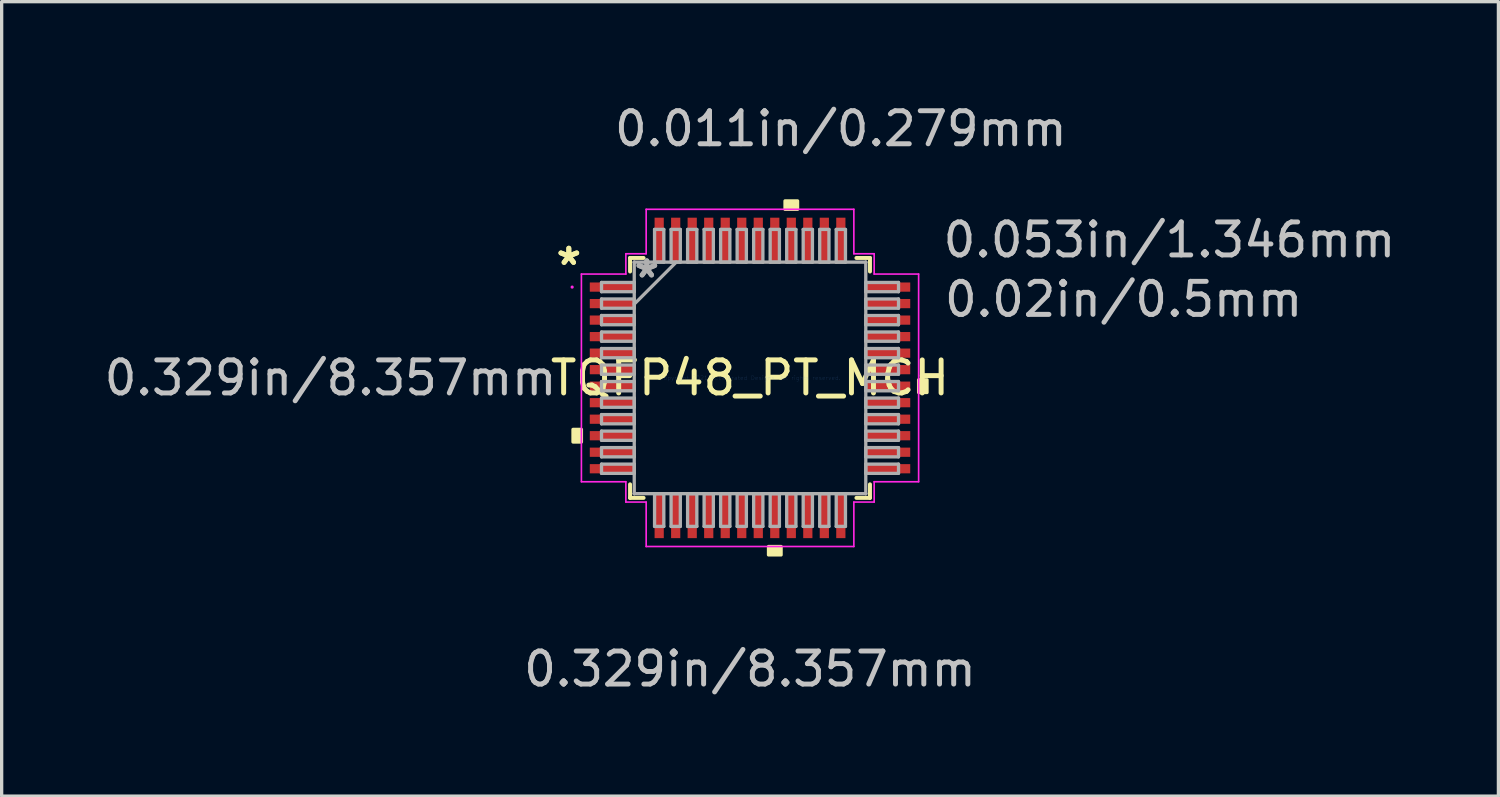
<source format=kicad_pcb>
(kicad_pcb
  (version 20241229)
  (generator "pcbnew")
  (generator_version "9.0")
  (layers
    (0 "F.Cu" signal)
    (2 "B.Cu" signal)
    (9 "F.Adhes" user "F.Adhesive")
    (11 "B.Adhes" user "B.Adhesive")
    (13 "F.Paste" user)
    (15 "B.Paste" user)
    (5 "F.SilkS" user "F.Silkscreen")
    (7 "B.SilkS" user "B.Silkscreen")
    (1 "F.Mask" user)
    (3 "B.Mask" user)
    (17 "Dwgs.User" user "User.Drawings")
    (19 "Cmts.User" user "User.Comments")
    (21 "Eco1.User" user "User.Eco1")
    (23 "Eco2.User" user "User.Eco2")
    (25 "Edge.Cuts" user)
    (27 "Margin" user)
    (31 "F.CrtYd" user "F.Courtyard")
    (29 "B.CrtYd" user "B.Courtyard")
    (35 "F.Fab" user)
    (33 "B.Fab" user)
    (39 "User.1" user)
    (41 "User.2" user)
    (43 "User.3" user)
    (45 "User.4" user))
  (footprint "TQFP48_PT_MCH"
    (layer "F.Cu")
    (at 19.658 8.392)
    (property "Reference" "TQFP48_PT_MCH" (at 0 0 0) (layer "F.SilkS") (effects (font (size 1 1) (thickness 0.15))))
    (attr through_hole)
    (fp_line (start -3.632 -3.632) (end -3.632 -3.222) (stroke (width 0.12) (type solid)) (layer "F.SilkS"))
    (fp_line (start -3.632 3.222) (end -3.632 3.632) (stroke (width 0.12) (type solid)) (layer "F.SilkS"))
    (fp_line (start -3.632 3.632) (end -3.222 3.632) (stroke (width 0.12) (type solid)) (layer "F.SilkS"))
    (fp_line (start -3.222 -3.632) (end -3.632 -3.632) (stroke (width 0.12) (type solid)) (layer "F.SilkS"))
    (fp_line (start 3.222 3.632) (end 3.632 3.632) (stroke (width 0.12) (type solid)) (layer "F.SilkS"))
    (fp_line (start 3.632 -3.632) (end 3.222 -3.632) (stroke (width 0.12) (type solid)) (layer "F.SilkS"))
    (fp_line (start 3.632 -3.222) (end 3.632 -3.632) (stroke (width 0.12) (type solid)) (layer "F.SilkS"))
    (fp_line (start 3.632 3.632) (end 3.632 3.222) (stroke (width 0.12) (type solid)) (layer "F.SilkS"))
    (fp_poly (pts (xy -5.359 1.559) (xy -5.359 1.94) (xy -5.105 1.94) (xy -5.105 1.559)) (stroke (width 0.1) (type solid)) (fill yes) (layer "F.SilkS"))
    (fp_poly (pts (xy 0.56 5.105) (xy 0.56 5.359) (xy 0.941 5.359) (xy 0.941 5.105)) (stroke (width 0.1) (type solid)) (fill yes) (layer "F.SilkS"))
    (fp_poly (pts (xy 1.06 -5.105) (xy 1.06 -5.359) (xy 1.44 -5.359) (xy 1.44 -5.105)) (stroke (width 0.1) (type solid)) (fill yes) (layer "F.SilkS"))
    (fp_poly (pts (xy 5.359 0.059) (xy 5.359 0.441) (xy 5.105 0.441) (xy 5.105 0.059)) (stroke (width 0.1) (type solid)) (fill yes) (layer "F.SilkS"))
    (fp_line (start -5.105 -3.144) (end -3.759 -3.144) (stroke (width 0.05) (type solid)) (layer "F.CrtYd"))
    (fp_line (start -5.105 3.144) (end -5.105 -3.144) (stroke (width 0.05) (type solid)) (layer "F.CrtYd"))
    (fp_line (start -3.759 -3.759) (end -3.144 -3.759) (stroke (width 0.05) (type solid)) (layer "F.CrtYd"))
    (fp_line (start -3.759 -3.144) (end -3.759 -3.759) (stroke (width 0.05) (type solid)) (layer "F.CrtYd"))
    (fp_line (start -3.759 3.144) (end -5.105 3.144) (stroke (width 0.05) (type solid)) (layer "F.CrtYd"))
    (fp_line (start -3.759 3.759) (end -3.759 3.144) (stroke (width 0.05) (type solid)) (layer "F.CrtYd"))
    (fp_line (start -3.144 -5.105) (end 3.144 -5.105) (stroke (width 0.05) (type solid)) (layer "F.CrtYd"))
    (fp_line (start -3.144 -3.759) (end -3.144 -5.105) (stroke (width 0.05) (type solid)) (layer "F.CrtYd"))
    (fp_line (start -3.144 3.759) (end -3.759 3.759) (stroke (width 0.05) (type solid)) (layer "F.CrtYd"))
    (fp_line (start -3.144 5.105) (end -3.144 3.759) (stroke (width 0.05) (type solid)) (layer "F.CrtYd"))
    (fp_line (start 3.144 -5.105) (end 3.144 -3.759) (stroke (width 0.05) (type solid)) (layer "F.CrtYd"))
    (fp_line (start 3.144 -3.759) (end 3.759 -3.759) (stroke (width 0.05) (type solid)) (layer "F.CrtYd"))
    (fp_line (start 3.144 3.759) (end 3.144 5.105) (stroke (width 0.05) (type solid)) (layer "F.CrtYd"))
    (fp_line (start 3.144 5.105) (end -3.144 5.105) (stroke (width 0.05) (type solid)) (layer "F.CrtYd"))
    (fp_line (start 3.759 -3.759) (end 3.759 -3.144) (stroke (width 0.05) (type solid)) (layer "F.CrtYd"))
    (fp_line (start 3.759 -3.144) (end 5.105 -3.144) (stroke (width 0.05) (type solid)) (layer "F.CrtYd"))
    (fp_line (start 3.759 3.144) (end 3.759 3.759) (stroke (width 0.05) (type solid)) (layer "F.CrtYd"))
    (fp_line (start 3.759 3.759) (end 3.144 3.759) (stroke (width 0.05) (type solid)) (layer "F.CrtYd"))
    (fp_line (start 5.105 -3.144) (end 5.105 3.144) (stroke (width 0.05) (type solid)) (layer "F.CrtYd"))
    (fp_line (start 5.105 3.144) (end 3.759 3.144) (stroke (width 0.05) (type solid)) (layer "F.CrtYd"))
    (fp_circle (center -5.385 -2.75) (end -5.385 -2.75) (stroke (width 0.05) (type solid)) (fill no) (layer "F.CrtYd"))
    (fp_line (start -4.496 -2.89) (end -4.496 -2.61) (stroke (width 0.1) (type solid)) (layer "F.Fab"))
    (fp_line (start -4.496 -2.61) (end -3.505 -2.61) (stroke (width 0.1) (type solid)) (layer "F.Fab"))
    (fp_line (start -4.496 -2.39) (end -4.496 -2.11) (stroke (width 0.1) (type solid)) (layer "F.Fab"))
    (fp_line (start -4.496 -2.11) (end -3.505 -2.11) (stroke (width 0.1) (type solid)) (layer "F.Fab"))
    (fp_line (start -4.496 -1.89) (end -4.496 -1.61) (stroke (width 0.1) (type solid)) (layer "F.Fab"))
    (fp_line (start -4.496 -1.61) (end -3.505 -1.61) (stroke (width 0.1) (type solid)) (layer "F.Fab"))
    (fp_line (start -4.496 -1.39) (end -4.496 -1.11) (stroke (width 0.1) (type solid)) (layer "F.Fab"))
    (fp_line (start -4.496 -1.11) (end -3.505 -1.11) (stroke (width 0.1) (type solid)) (layer "F.Fab"))
    (fp_line (start -4.496 -0.89) (end -4.496 -0.61) (stroke (width 0.1) (type solid)) (layer "F.Fab"))
    (fp_line (start -4.496 -0.61) (end -3.505 -0.61) (stroke (width 0.1) (type solid)) (layer "F.Fab"))
    (fp_line (start -4.496 -0.39) (end -4.496 -0.11) (stroke (width 0.1) (type solid)) (layer "F.Fab"))
    (fp_line (start -4.496 -0.11) (end -3.505 -0.11) (stroke (width 0.1) (type solid)) (layer "F.Fab"))
    (fp_line (start -4.496 0.11) (end -4.496 0.39) (stroke (width 0.1) (type solid)) (layer "F.Fab"))
    (fp_line (start -4.496 0.39) (end -3.505 0.39) (stroke (width 0.1) (type solid)) (layer "F.Fab"))
    (fp_line (start -4.496 0.61) (end -4.496 0.89) (stroke (width 0.1) (type solid)) (layer "F.Fab"))
    (fp_line (start -4.496 0.89) (end -3.505 0.89) (stroke (width 0.1) (type solid)) (layer "F.Fab"))
    (fp_line (start -4.496 1.11) (end -4.496 1.39) (stroke (width 0.1) (type solid)) (layer "F.Fab"))
    (fp_line (start -4.496 1.39) (end -3.505 1.39) (stroke (width 0.1) (type solid)) (layer "F.Fab"))
    (fp_line (start -4.496 1.61) (end -4.496 1.89) (stroke (width 0.1) (type solid)) (layer "F.Fab"))
    (fp_line (start -4.496 1.89) (end -3.505 1.89) (stroke (width 0.1) (type solid)) (layer "F.Fab"))
    (fp_line (start -4.496 2.11) (end -4.496 2.39) (stroke (width 0.1) (type solid)) (layer "F.Fab"))
    (fp_line (start -4.496 2.39) (end -3.505 2.39) (stroke (width 0.1) (type solid)) (layer "F.Fab"))
    (fp_line (start -4.496 2.61) (end -4.496 2.89) (stroke (width 0.1) (type solid)) (layer "F.Fab"))
    (fp_line (start -4.496 2.89) (end -3.505 2.89) (stroke (width 0.1) (type solid)) (layer "F.Fab"))
    (fp_line (start -3.505 -3.505) (end -3.505 -3.505) (stroke (width 0.1) (type solid)) (layer "F.Fab"))
    (fp_line (start -3.505 -3.505) (end -3.505 3.505) (stroke (width 0.1) (type solid)) (layer "F.Fab"))
    (fp_line (start -3.505 -2.89) (end -4.496 -2.89) (stroke (width 0.1) (type solid)) (layer "F.Fab"))
    (fp_line (start -3.505 -2.61) (end -3.505 -2.89) (stroke (width 0.1) (type solid)) (layer "F.Fab"))
    (fp_line (start -3.505 -2.39) (end -4.496 -2.39) (stroke (width 0.1) (type solid)) (layer "F.Fab"))
    (fp_line (start -3.505 -2.235) (end -2.235 -3.505) (stroke (width 0.1) (type solid)) (layer "F.Fab"))
    (fp_line (start -3.505 -2.11) (end -3.505 -2.39) (stroke (width 0.1) (type solid)) (layer "F.Fab"))
    (fp_line (start -3.505 -1.89) (end -4.496 -1.89) (stroke (width 0.1) (type solid)) (layer "F.Fab"))
    (fp_line (start -3.505 -1.61) (end -3.505 -1.89) (stroke (width 0.1) (type solid)) (layer "F.Fab"))
    (fp_line (start -3.505 -1.39) (end -4.496 -1.39) (stroke (width 0.1) (type solid)) (layer "F.Fab"))
    (fp_line (start -3.505 -1.11) (end -3.505 -1.39) (stroke (width 0.1) (type solid)) (layer "F.Fab"))
    (fp_line (start -3.505 -0.89) (end -4.496 -0.89) (stroke (width 0.1) (type solid)) (layer "F.Fab"))
    (fp_line (start -3.505 -0.61) (end -3.505 -0.89) (stroke (width 0.1) (type solid)) (layer "F.Fab"))
    (fp_line (start -3.505 -0.39) (end -4.496 -0.39) (stroke (width 0.1) (type solid)) (layer "F.Fab"))
    (fp_line (start -3.505 -0.11) (end -3.505 -0.39) (stroke (width 0.1) (type solid)) (layer "F.Fab"))
    (fp_line (start -3.505 0.11) (end -4.496 0.11) (stroke (width 0.1) (type solid)) (layer "F.Fab"))
    (fp_line (start -3.505 0.39) (end -3.505 0.11) (stroke (width 0.1) (type solid)) (layer "F.Fab"))
    (fp_line (start -3.505 0.61) (end -4.496 0.61) (stroke (width 0.1) (type solid)) (layer "F.Fab"))
    (fp_line (start -3.505 0.89) (end -3.505 0.61) (stroke (width 0.1) (type solid)) (layer "F.Fab"))
    (fp_line (start -3.505 1.11) (end -4.496 1.11) (stroke (width 0.1) (type solid)) (layer "F.Fab"))
    (fp_line (start -3.505 1.39) (end -3.505 1.11) (stroke (width 0.1) (type solid)) (layer "F.Fab"))
    (fp_line (start -3.505 1.61) (end -4.496 1.61) (stroke (width 0.1) (type solid)) (layer "F.Fab"))
    (fp_line (start -3.505 1.89) (end -3.505 1.61) (stroke (width 0.1) (type solid)) (layer "F.Fab"))
    (fp_line (start -3.505 2.11) (end -4.496 2.11) (stroke (width 0.1) (type solid)) (layer "F.Fab"))
    (fp_line (start -3.505 2.39) (end -3.505 2.11) (stroke (width 0.1) (type solid)) (layer "F.Fab"))
    (fp_line (start -3.505 2.61) (end -4.496 2.61) (stroke (width 0.1) (type solid)) (layer "F.Fab"))
    (fp_line (start -3.505 2.89) (end -3.505 2.61) (stroke (width 0.1) (type solid)) (layer "F.Fab"))
    (fp_line (start -3.505 3.505) (end -3.505 3.505) (stroke (width 0.1) (type solid)) (layer "F.Fab"))
    (fp_line (start -3.505 3.505) (end 3.505 3.505) (stroke (width 0.1) (type solid)) (layer "F.Fab"))
    (fp_line (start -2.89 -4.496) (end -2.89 -3.505) (stroke (width 0.1) (type solid)) (layer "F.Fab"))
    (fp_line (start -2.89 -3.505) (end -2.61 -3.505) (stroke (width 0.1) (type solid)) (layer "F.Fab"))
    (fp_line (start -2.89 3.505) (end -2.89 4.496) (stroke (width 0.1) (type solid)) (layer "F.Fab"))
    (fp_line (start -2.89 4.496) (end -2.61 4.496) (stroke (width 0.1) (type solid)) (layer "F.Fab"))
    (fp_line (start -2.61 -4.496) (end -2.89 -4.496) (stroke (width 0.1) (type solid)) (layer "F.Fab"))
    (fp_line (start -2.61 -3.505) (end -2.61 -4.496) (stroke (width 0.1) (type solid)) (layer "F.Fab"))
    (fp_line (start -2.61 3.505) (end -2.89 3.505) (stroke (width 0.1) (type solid)) (layer "F.Fab"))
    (fp_line (start -2.61 4.496) (end -2.61 3.505) (stroke (width 0.1) (type solid)) (layer "F.Fab"))
    (fp_line (start -2.39 -4.496) (end -2.39 -3.505) (stroke (width 0.1) (type solid)) (layer "F.Fab"))
    (fp_line (start -2.39 -3.505) (end -2.11 -3.505) (stroke (width 0.1) (type solid)) (layer "F.Fab"))
    (fp_line (start -2.39 3.505) (end -2.39 4.496) (stroke (width 0.1) (type solid)) (layer "F.Fab"))
    (fp_line (start -2.39 4.496) (end -2.11 4.496) (stroke (width 0.1) (type solid)) (layer "F.Fab"))
    (fp_line (start -2.11 -4.496) (end -2.39 -4.496) (stroke (width 0.1) (type solid)) (layer "F.Fab"))
    (fp_line (start -2.11 -3.505) (end -2.11 -4.496) (stroke (width 0.1) (type solid)) (layer "F.Fab"))
    (fp_line (start -2.11 3.505) (end -2.39 3.505) (stroke (width 0.1) (type solid)) (layer "F.Fab"))
    (fp_line (start -2.11 4.496) (end -2.11 3.505) (stroke (width 0.1) (type solid)) (layer "F.Fab"))
    (fp_line (start -1.89 -4.496) (end -1.89 -3.505) (stroke (width 0.1) (type solid)) (layer "F.Fab"))
    (fp_line (start -1.89 -3.505) (end -1.61 -3.505) (stroke (width 0.1) (type solid)) (layer "F.Fab"))
    (fp_line (start -1.89 3.505) (end -1.89 4.496) (stroke (width 0.1) (type solid)) (layer "F.Fab"))
    (fp_line (start -1.89 4.496) (end -1.61 4.496) (stroke (width 0.1) (type solid)) (layer "F.Fab"))
    (fp_line (start -1.61 -4.496) (end -1.89 -4.496) (stroke (width 0.1) (type solid)) (layer "F.Fab"))
    (fp_line (start -1.61 -3.505) (end -1.61 -4.496) (stroke (width 0.1) (type solid)) (layer "F.Fab"))
    (fp_line (start -1.61 3.505) (end -1.89 3.505) (stroke (width 0.1) (type solid)) (layer "F.Fab"))
    (fp_line (start -1.61 4.496) (end -1.61 3.505) (stroke (width 0.1) (type solid)) (layer "F.Fab"))
    (fp_line (start -1.39 -4.496) (end -1.39 -3.505) (stroke (width 0.1) (type solid)) (layer "F.Fab"))
    (fp_line (start -1.39 -3.505) (end -1.11 -3.505) (stroke (width 0.1) (type solid)) (layer "F.Fab"))
    (fp_line (start -1.39 3.505) (end -1.39 4.496) (stroke (width 0.1) (type solid)) (layer "F.Fab"))
    (fp_line (start -1.39 4.496) (end -1.11 4.496) (stroke (width 0.1) (type solid)) (layer "F.Fab"))
    (fp_line (start -1.11 -4.496) (end -1.39 -4.496) (stroke (width 0.1) (type solid)) (layer "F.Fab"))
    (fp_line (start -1.11 -3.505) (end -1.11 -4.496) (stroke (width 0.1) (type solid)) (layer "F.Fab"))
    (fp_line (start -1.11 3.505) (end -1.39 3.505) (stroke (width 0.1) (type solid)) (layer "F.Fab"))
    (fp_line (start -1.11 4.496) (end -1.11 3.505) (stroke (width 0.1) (type solid)) (layer "F.Fab"))
    (fp_line (start -0.89 -4.496) (end -0.89 -3.505) (stroke (width 0.1) (type solid)) (layer "F.Fab"))
    (fp_line (start -0.89 -3.505) (end -0.61 -3.505) (stroke (width 0.1) (type solid)) (layer "F.Fab"))
    (fp_line (start -0.89 3.505) (end -0.89 4.496) (stroke (width 0.1) (type solid)) (layer "F.Fab"))
    (fp_line (start -0.89 4.496) (end -0.61 4.496) (stroke (width 0.1) (type solid)) (layer "F.Fab"))
    (fp_line (start -0.61 -4.496) (end -0.89 -4.496) (stroke (width 0.1) (type solid)) (layer "F.Fab"))
    (fp_line (start -0.61 -3.505) (end -0.61 -4.496) (stroke (width 0.1) (type solid)) (layer "F.Fab"))
    (fp_line (start -0.61 3.505) (end -0.89 3.505) (stroke (width 0.1) (type solid)) (layer "F.Fab"))
    (fp_line (start -0.61 4.496) (end -0.61 3.505) (stroke (width 0.1) (type solid)) (layer "F.Fab"))
    (fp_line (start -0.39 -4.496) (end -0.39 -3.505) (stroke (width 0.1) (type solid)) (layer "F.Fab"))
    (fp_line (start -0.39 -3.505) (end -0.11 -3.505) (stroke (width 0.1) (type solid)) (layer "F.Fab"))
    (fp_line (start -0.39 3.505) (end -0.39 4.496) (stroke (width 0.1) (type solid)) (layer "F.Fab"))
    (fp_line (start -0.39 4.496) (end -0.11 4.496) (stroke (width 0.1) (type solid)) (layer "F.Fab"))
    (fp_line (start -0.11 -4.496) (end -0.39 -4.496) (stroke (width 0.1) (type solid)) (layer "F.Fab"))
    (fp_line (start -0.11 -3.505) (end -0.11 -4.496) (stroke (width 0.1) (type solid)) (layer "F.Fab"))
    (fp_line (start -0.11 3.505) (end -0.39 3.505) (stroke (width 0.1) (type solid)) (layer "F.Fab"))
    (fp_line (start -0.11 4.496) (end -0.11 3.505) (stroke (width 0.1) (type solid)) (layer "F.Fab"))
    (fp_line (start 0.11 -4.496) (end 0.11 -3.505) (stroke (width 0.1) (type solid)) (layer "F.Fab"))
    (fp_line (start 0.11 -3.505) (end 0.39 -3.505) (stroke (width 0.1) (type solid)) (layer "F.Fab"))
    (fp_line (start 0.11 3.505) (end 0.11 4.496) (stroke (width 0.1) (type solid)) (layer "F.Fab"))
    (fp_line (start 0.11 4.496) (end 0.39 4.496) (stroke (width 0.1) (type solid)) (layer "F.Fab"))
    (fp_line (start 0.39 -4.496) (end 0.11 -4.496) (stroke (width 0.1) (type solid)) (layer "F.Fab"))
    (fp_line (start 0.39 -3.505) (end 0.39 -4.496) (stroke (width 0.1) (type solid)) (layer "F.Fab"))
    (fp_line (start 0.39 3.505) (end 0.11 3.505) (stroke (width 0.1) (type solid)) (layer "F.Fab"))
    (fp_line (start 0.39 4.496) (end 0.39 3.505) (stroke (width 0.1) (type solid)) (layer "F.Fab"))
    (fp_line (start 0.61 -4.496) (end 0.61 -3.505) (stroke (width 0.1) (type solid)) (layer "F.Fab"))
    (fp_line (start 0.61 -3.505) (end 0.89 -3.505) (stroke (width 0.1) (type solid)) (layer "F.Fab"))
    (fp_line (start 0.61 3.505) (end 0.61 4.496) (stroke (width 0.1) (type solid)) (layer "F.Fab"))
    (fp_line (start 0.61 4.496) (end 0.89 4.496) (stroke (width 0.1) (type solid)) (layer "F.Fab"))
    (fp_line (start 0.89 -4.496) (end 0.61 -4.496) (stroke (width 0.1) (type solid)) (layer "F.Fab"))
    (fp_line (start 0.89 -3.505) (end 0.89 -4.496) (stroke (width 0.1) (type solid)) (layer "F.Fab"))
    (fp_line (start 0.89 3.505) (end 0.61 3.505) (stroke (width 0.1) (type solid)) (layer "F.Fab"))
    (fp_line (start 0.89 4.496) (end 0.89 3.505) (stroke (width 0.1) (type solid)) (layer "F.Fab"))
    (fp_line (start 1.11 -4.496) (end 1.11 -3.505) (stroke (width 0.1) (type solid)) (layer "F.Fab"))
    (fp_line (start 1.11 -3.505) (end 1.39 -3.505) (stroke (width 0.1) (type solid)) (layer "F.Fab"))
    (fp_line (start 1.11 3.505) (end 1.11 4.496) (stroke (width 0.1) (type solid)) (layer "F.Fab"))
    (fp_line (start 1.11 4.496) (end 1.39 4.496) (stroke (width 0.1) (type solid)) (layer "F.Fab"))
    (fp_line (start 1.39 -4.496) (end 1.11 -4.496) (stroke (width 0.1) (type solid)) (layer "F.Fab"))
    (fp_line (start 1.39 -3.505) (end 1.39 -4.496) (stroke (width 0.1) (type solid)) (layer "F.Fab"))
    (fp_line (start 1.39 3.505) (end 1.11 3.505) (stroke (width 0.1) (type solid)) (layer "F.Fab"))
    (fp_line (start 1.39 4.496) (end 1.39 3.505) (stroke (width 0.1) (type solid)) (layer "F.Fab"))
    (fp_line (start 1.61 -4.496) (end 1.61 -3.505) (stroke (width 0.1) (type solid)) (layer "F.Fab"))
    (fp_line (start 1.61 -3.505) (end 1.89 -3.505) (stroke (width 0.1) (type solid)) (layer "F.Fab"))
    (fp_line (start 1.61 3.505) (end 1.61 4.496) (stroke (width 0.1) (type solid)) (layer "F.Fab"))
    (fp_line (start 1.61 4.496) (end 1.89 4.496) (stroke (width 0.1) (type solid)) (layer "F.Fab"))
    (fp_line (start 1.89 -4.496) (end 1.61 -4.496) (stroke (width 0.1) (type solid)) (layer "F.Fab"))
    (fp_line (start 1.89 -3.505) (end 1.89 -4.496) (stroke (width 0.1) (type solid)) (layer "F.Fab"))
    (fp_line (start 1.89 3.505) (end 1.61 3.505) (stroke (width 0.1) (type solid)) (layer "F.Fab"))
    (fp_line (start 1.89 4.496) (end 1.89 3.505) (stroke (width 0.1) (type solid)) (layer "F.Fab"))
    (fp_line (start 2.11 -4.496) (end 2.11 -3.505) (stroke (width 0.1) (type solid)) (layer "F.Fab"))
    (fp_line (start 2.11 -3.505) (end 2.39 -3.505) (stroke (width 0.1) (type solid)) (layer "F.Fab"))
    (fp_line (start 2.11 3.505) (end 2.11 4.496) (stroke (width 0.1) (type solid)) (layer "F.Fab"))
    (fp_line (start 2.11 4.496) (end 2.39 4.496) (stroke (width 0.1) (type solid)) (layer "F.Fab"))
    (fp_line (start 2.39 -4.496) (end 2.11 -4.496) (stroke (width 0.1) (type solid)) (layer "F.Fab"))
    (fp_line (start 2.39 -3.505) (end 2.39 -4.496) (stroke (width 0.1) (type solid)) (layer "F.Fab"))
    (fp_line (start 2.39 3.505) (end 2.11 3.505) (stroke (width 0.1) (type solid)) (layer "F.Fab"))
    (fp_line (start 2.39 4.496) (end 2.39 3.505) (stroke (width 0.1) (type solid)) (layer "F.Fab"))
    (fp_line (start 2.61 -4.496) (end 2.61 -3.505) (stroke (width 0.1) (type solid)) (layer "F.Fab"))
    (fp_line (start 2.61 -3.505) (end 2.89 -3.505) (stroke (width 0.1) (type solid)) (layer "F.Fab"))
    (fp_line (start 2.61 3.505) (end 2.61 4.496) (stroke (width 0.1) (type solid)) (layer "F.Fab"))
    (fp_line (start 2.61 4.496) (end 2.89 4.496) (stroke (width 0.1) (type solid)) (layer "F.Fab"))
    (fp_line (start 2.89 -4.496) (end 2.61 -4.496) (stroke (width 0.1) (type solid)) (layer "F.Fab"))
    (fp_line (start 2.89 -3.505) (end 2.89 -4.496) (stroke (width 0.1) (type solid)) (layer "F.Fab"))
    (fp_line (start 2.89 3.505) (end 2.61 3.505) (stroke (width 0.1) (type solid)) (layer "F.Fab"))
    (fp_line (start 2.89 4.496) (end 2.89 3.505) (stroke (width 0.1) (type solid)) (layer "F.Fab"))
    (fp_line (start 3.505 -3.505) (end -3.505 -3.505) (stroke (width 0.1) (type solid)) (layer "F.Fab"))
    (fp_line (start 3.505 -3.505) (end 3.505 -3.505) (stroke (width 0.1) (type solid)) (layer "F.Fab"))
    (fp_line (start 3.505 -2.89) (end 3.505 -2.61) (stroke (width 0.1) (type solid)) (layer "F.Fab"))
    (fp_line (start 3.505 -2.61) (end 4.496 -2.61) (stroke (width 0.1) (type solid)) (layer "F.Fab"))
    (fp_line (start 3.505 -2.39) (end 3.505 -2.11) (stroke (width 0.1) (type solid)) (layer "F.Fab"))
    (fp_line (start 3.505 -2.11) (end 4.496 -2.11) (stroke (width 0.1) (type solid)) (layer "F.Fab"))
    (fp_line (start 3.505 -1.89) (end 3.505 -1.61) (stroke (width 0.1) (type solid)) (layer "F.Fab"))
    (fp_line (start 3.505 -1.61) (end 4.496 -1.61) (stroke (width 0.1) (type solid)) (layer "F.Fab"))
    (fp_line (start 3.505 -1.39) (end 3.505 -1.11) (stroke (width 0.1) (type solid)) (layer "F.Fab"))
    (fp_line (start 3.505 -1.11) (end 4.496 -1.11) (stroke (width 0.1) (type solid)) (layer "F.Fab"))
    (fp_line (start 3.505 -0.89) (end 3.505 -0.61) (stroke (width 0.1) (type solid)) (layer "F.Fab"))
    (fp_line (start 3.505 -0.61) (end 4.496 -0.61) (stroke (width 0.1) (type solid)) (layer "F.Fab"))
    (fp_line (start 3.505 -0.39) (end 3.505 -0.11) (stroke (width 0.1) (type solid)) (layer "F.Fab"))
    (fp_line (start 3.505 -0.11) (end 4.496 -0.11) (stroke (width 0.1) (type solid)) (layer "F.Fab"))
    (fp_line (start 3.505 0.11) (end 3.505 0.39) (stroke (width 0.1) (type solid)) (layer "F.Fab"))
    (fp_line (start 3.505 0.39) (end 4.496 0.39) (stroke (width 0.1) (type solid)) (layer "F.Fab"))
    (fp_line (start 3.505 0.61) (end 3.505 0.89) (stroke (width 0.1) (type solid)) (layer "F.Fab"))
    (fp_line (start 3.505 0.89) (end 4.496 0.89) (stroke (width 0.1) (type solid)) (layer "F.Fab"))
    (fp_line (start 3.505 1.11) (end 3.505 1.39) (stroke (width 0.1) (type solid)) (layer "F.Fab"))
    (fp_line (start 3.505 1.39) (end 4.496 1.39) (stroke (width 0.1) (type solid)) (layer "F.Fab"))
    (fp_line (start 3.505 1.61) (end 3.505 1.89) (stroke (width 0.1) (type solid)) (layer "F.Fab"))
    (fp_line (start 3.505 1.89) (end 4.496 1.89) (stroke (width 0.1) (type solid)) (layer "F.Fab"))
    (fp_line (start 3.505 2.11) (end 3.505 2.39) (stroke (width 0.1) (type solid)) (layer "F.Fab"))
    (fp_line (start 3.505 2.39) (end 4.496 2.39) (stroke (width 0.1) (type solid)) (layer "F.Fab"))
    (fp_line (start 3.505 2.61) (end 3.505 2.89) (stroke (width 0.1) (type solid)) (layer "F.Fab"))
    (fp_line (start 3.505 2.89) (end 4.496 2.89) (stroke (width 0.1) (type solid)) (layer "F.Fab"))
    (fp_line (start 3.505 3.505) (end 3.505 -3.505) (stroke (width 0.1) (type solid)) (layer "F.Fab"))
    (fp_line (start 3.505 3.505) (end 3.505 3.505) (stroke (width 0.1) (type solid)) (layer "F.Fab"))
    (fp_line (start 4.496 -2.89) (end 3.505 -2.89) (stroke (width 0.1) (type solid)) (layer "F.Fab"))
    (fp_line (start 4.496 -2.61) (end 4.496 -2.89) (stroke (width 0.1) (type solid)) (layer "F.Fab"))
    (fp_line (start 4.496 -2.39) (end 3.505 -2.39) (stroke (width 0.1) (type solid)) (layer "F.Fab"))
    (fp_line (start 4.496 -2.11) (end 4.496 -2.39) (stroke (width 0.1) (type solid)) (layer "F.Fab"))
    (fp_line (start 4.496 -1.89) (end 3.505 -1.89) (stroke (width 0.1) (type solid)) (layer "F.Fab"))
    (fp_line (start 4.496 -1.61) (end 4.496 -1.89) (stroke (width 0.1) (type solid)) (layer "F.Fab"))
    (fp_line (start 4.496 -1.39) (end 3.505 -1.39) (stroke (width 0.1) (type solid)) (layer "F.Fab"))
    (fp_line (start 4.496 -1.11) (end 4.496 -1.39) (stroke (width 0.1) (type solid)) (layer "F.Fab"))
    (fp_line (start 4.496 -0.89) (end 3.505 -0.89) (stroke (width 0.1) (type solid)) (layer "F.Fab"))
    (fp_line (start 4.496 -0.61) (end 4.496 -0.89) (stroke (width 0.1) (type solid)) (layer "F.Fab"))
    (fp_line (start 4.496 -0.39) (end 3.505 -0.39) (stroke (width 0.1) (type solid)) (layer "F.Fab"))
    (fp_line (start 4.496 -0.11) (end 4.496 -0.39) (stroke (width 0.1) (type solid)) (layer "F.Fab"))
    (fp_line (start 4.496 0.11) (end 3.505 0.11) (stroke (width 0.1) (type solid)) (layer "F.Fab"))
    (fp_line (start 4.496 0.39) (end 4.496 0.11) (stroke (width 0.1) (type solid)) (layer "F.Fab"))
    (fp_line (start 4.496 0.61) (end 3.505 0.61) (stroke (width 0.1) (type solid)) (layer "F.Fab"))
    (fp_line (start 4.496 0.89) (end 4.496 0.61) (stroke (width 0.1) (type solid)) (layer "F.Fab"))
    (fp_line (start 4.496 1.11) (end 3.505 1.11) (stroke (width 0.1) (type solid)) (layer "F.Fab"))
    (fp_line (start 4.496 1.39) (end 4.496 1.11) (stroke (width 0.1) (type solid)) (layer "F.Fab"))
    (fp_line (start 4.496 1.61) (end 3.505 1.61) (stroke (width 0.1) (type solid)) (layer "F.Fab"))
    (fp_line (start 4.496 1.89) (end 4.496 1.61) (stroke (width 0.1) (type solid)) (layer "F.Fab"))
    (fp_line (start 4.496 2.11) (end 3.505 2.11) (stroke (width 0.1) (type solid)) (layer "F.Fab"))
    (fp_line (start 4.496 2.39) (end 4.496 2.11) (stroke (width 0.1) (type solid)) (layer "F.Fab"))
    (fp_line (start 4.496 2.61) (end 3.505 2.61) (stroke (width 0.1) (type solid)) (layer "F.Fab"))
    (fp_line (start 4.496 2.89) (end 4.496 2.61) (stroke (width 0.1) (type solid)) (layer "F.Fab"))
    (fp_text user "*" (at -5.486 -3.381 0) (layer "F.SilkS") (effects (font (size 1 1) (thickness 0.15))))
    (fp_text user "*" (at -5.486 -3.381 0) (layer "F.SilkS") (effects (font (size 1 1) (thickness 0.15))))
    (fp_text user "0.329in/8.357mm" (at -12.7 0 0) (layer "Dwgs.User") (effects (font (size 1 1) (thickness 0.15))))
    (fp_text user "0.053in/1.346mm" (at 12.7 -4.178 0) (layer "Dwgs.User") (effects (font (size 1 1) (thickness 0.15))))
    (fp_text user "0.02in/0.5mm" (at 11.312 -2.379 0) (layer "Dwgs.User") (effects (font (size 1 1) (thickness 0.15))))
    (fp_text user "0.329in/8.357mm" (at 0 8.814 0) (layer "Dwgs.User") (effects (font (size 1 1) (thickness 0.15))))
    (fp_text user "0.011in/0.279mm" (at 2.75 -7.544 0) (layer "Dwgs.User") (effects (font (size 1 1) (thickness 0.15))))
    (fp_text user "Copyright 2021 Accelerated Designs. All rights reserved." (at 0 0 0) (layer "Cmts.User") (effects (font (size 0.127 0.127) (thickness 0.002))))
    (fp_text user "*" (at -3.124 -3 0) (layer "F.Fab") (effects (font (size 1 1) (thickness 0.15))))
    (fp_text user "*" (at -3.124 -3 0) (layer "F.Fab") (effects (font (size 1 1) (thickness 0.15))))
    (pad "1" smd rect (at -4.178 -2.75 90) (size 0.279 1.346) (layers "F.Cu" "F.Mask" "F.Paste"))
    (pad "2" smd rect (at -4.178 -2.25 90) (size 0.279 1.346) (layers "F.Cu" "F.Mask" "F.Paste"))
    (pad "3" smd rect (at -4.178 -1.75 90) (size 0.279 1.346) (layers "F.Cu" "F.Mask" "F.Paste"))
    (pad "4" smd rect (at -4.178 -1.25 90) (size 0.279 1.346) (layers "F.Cu" "F.Mask" "F.Paste"))
    (pad "5" smd rect (at -4.178 -0.75 90) (size 0.279 1.346) (layers "F.Cu" "F.Mask" "F.Paste"))
    (pad "6" smd rect (at -4.178 -0.25 90) (size 0.279 1.346) (layers "F.Cu" "F.Mask" "F.Paste"))
    (pad "7" smd rect (at -4.178 0.25 90) (size 0.279 1.346) (layers "F.Cu" "F.Mask" "F.Paste"))
    (pad "8" smd rect (at -4.178 0.75 90) (size 0.279 1.346) (layers "F.Cu" "F.Mask" "F.Paste"))
    (pad "9" smd rect (at -4.178 1.25 90) (size 0.279 1.346) (layers "F.Cu" "F.Mask" "F.Paste"))
    (pad "10" smd rect (at -4.178 1.75 90) (size 0.279 1.346) (layers "F.Cu" "F.Mask" "F.Paste"))
    (pad "11" smd rect (at -4.178 2.25 90) (size 0.279 1.346) (layers "F.Cu" "F.Mask" "F.Paste"))
    (pad "12" smd rect (at -4.178 2.75 90) (size 0.279 1.346) (layers "F.Cu" "F.Mask" "F.Paste"))
    (pad "13" smd rect (at -2.75 4.178) (size 0.279 1.346) (layers "F.Cu" "F.Mask" "F.Paste"))
    (pad "14" smd rect (at -2.25 4.178) (size 0.279 1.346) (layers "F.Cu" "F.Mask" "F.Paste"))
    (pad "15" smd rect (at -1.75 4.178) (size 0.279 1.346) (layers "F.Cu" "F.Mask" "F.Paste"))
    (pad "16" smd rect (at -1.25 4.178) (size 0.279 1.346) (layers "F.Cu" "F.Mask" "F.Paste"))
    (pad "17" smd rect (at -0.75 4.178) (size 0.279 1.346) (layers "F.Cu" "F.Mask" "F.Paste"))
    (pad "18" smd rect (at -0.25 4.178) (size 0.279 1.346) (layers "F.Cu" "F.Mask" "F.Paste"))
    (pad "19" smd rect (at 0.25 4.178) (size 0.279 1.346) (layers "F.Cu" "F.Mask" "F.Paste"))
    (pad "20" smd rect (at 0.75 4.178) (size 0.279 1.346) (layers "F.Cu" "F.Mask" "F.Paste"))
    (pad "21" smd rect (at 1.25 4.178) (size 0.279 1.346) (layers "F.Cu" "F.Mask" "F.Paste"))
    (pad "22" smd rect (at 1.75 4.178) (size 0.279 1.346) (layers "F.Cu" "F.Mask" "F.Paste"))
    (pad "23" smd rect (at 2.25 4.178) (size 0.279 1.346) (layers "F.Cu" "F.Mask" "F.Paste"))
    (pad "24" smd rect (at 2.75 4.178) (size 0.279 1.346) (layers "F.Cu" "F.Mask" "F.Paste"))
    (pad "25" smd rect (at 4.178 2.75 90) (size 0.279 1.346) (layers "F.Cu" "F.Mask" "F.Paste"))
    (pad "26" smd rect (at 4.178 2.25 90) (size 0.279 1.346) (layers "F.Cu" "F.Mask" "F.Paste"))
    (pad "27" smd rect (at 4.178 1.75 90) (size 0.279 1.346) (layers "F.Cu" "F.Mask" "F.Paste"))
    (pad "28" smd rect (at 4.178 1.25 90) (size 0.279 1.346) (layers "F.Cu" "F.Mask" "F.Paste"))
    (pad "29" smd rect (at 4.178 0.75 90) (size 0.279 1.346) (layers "F.Cu" "F.Mask" "F.Paste"))
    (pad "30" smd rect (at 4.178 0.25 90) (size 0.279 1.346) (layers "F.Cu" "F.Mask" "F.Paste"))
    (pad "31" smd rect (at 4.178 -0.25 90) (size 0.279 1.346) (layers "F.Cu" "F.Mask" "F.Paste"))
    (pad "32" smd rect (at 4.178 -0.75 90) (size 0.279 1.346) (layers "F.Cu" "F.Mask" "F.Paste"))
    (pad "33" smd rect (at 4.178 -1.25 90) (size 0.279 1.346) (layers "F.Cu" "F.Mask" "F.Paste"))
    (pad "34" smd rect (at 4.178 -1.75 90) (size 0.279 1.346) (layers "F.Cu" "F.Mask" "F.Paste"))
    (pad "35" smd rect (at 4.178 -2.25 90) (size 0.279 1.346) (layers "F.Cu" "F.Mask" "F.Paste"))
    (pad "36" smd rect (at 4.178 -2.75 90) (size 0.279 1.346) (layers "F.Cu" "F.Mask" "F.Paste"))
    (pad "37" smd rect (at 2.75 -4.178) (size 0.279 1.346) (layers "F.Cu" "F.Mask" "F.Paste"))
    (pad "38" smd rect (at 2.25 -4.178) (size 0.279 1.346) (layers "F.Cu" "F.Mask" "F.Paste"))
    (pad "39" smd rect (at 1.75 -4.178) (size 0.279 1.346) (layers "F.Cu" "F.Mask" "F.Paste"))
    (pad "40" smd rect (at 1.25 -4.178) (size 0.279 1.346) (layers "F.Cu" "F.Mask" "F.Paste"))
    (pad "41" smd rect (at 0.75 -4.178) (size 0.279 1.346) (layers "F.Cu" "F.Mask" "F.Paste"))
    (pad "42" smd rect (at 0.25 -4.178) (size 0.279 1.346) (layers "F.Cu" "F.Mask" "F.Paste"))
    (pad "43" smd rect (at -0.25 -4.178) (size 0.279 1.346) (layers "F.Cu" "F.Mask" "F.Paste"))
    (pad "44" smd rect (at -0.75 -4.178) (size 0.279 1.346) (layers "F.Cu" "F.Mask" "F.Paste"))
    (pad "45" smd rect (at -1.25 -4.178) (size 0.279 1.346) (layers "F.Cu" "F.Mask" "F.Paste"))
    (pad "46" smd rect (at -1.75 -4.178) (size 0.279 1.346) (layers "F.Cu" "F.Mask" "F.Paste"))
    (pad "47" smd rect (at -2.25 -4.178) (size 0.279 1.346) (layers "F.Cu" "F.Mask" "F.Paste"))
    (pad "48" smd rect (at -2.75 -4.178) (size 0.279 1.346) (layers "F.Cu" "F.Mask" "F.Paste")))
  (gr_rect
    (start -3 -3)
    (end 42.317 21.054)
    (stroke (width 0.1) (type default))
    (fill no)
    (layer "Edge.Cuts")))
</source>
